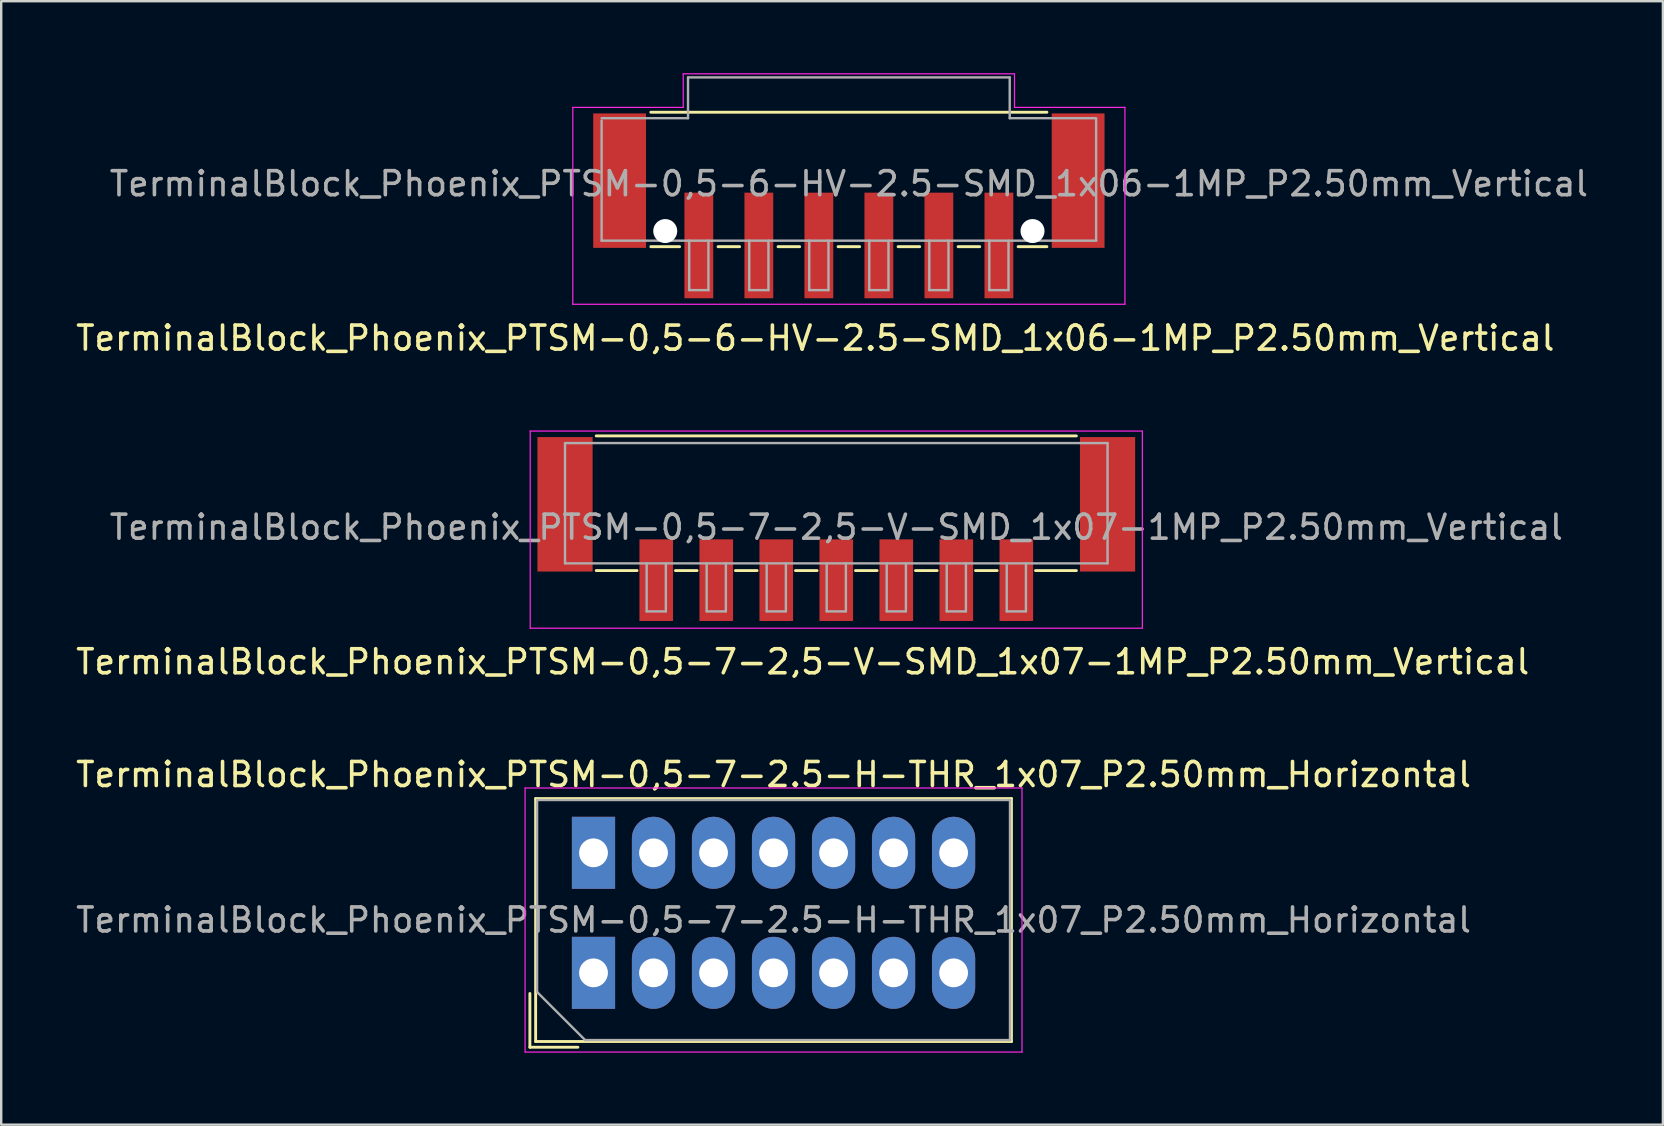
<source format=kicad_pcb>
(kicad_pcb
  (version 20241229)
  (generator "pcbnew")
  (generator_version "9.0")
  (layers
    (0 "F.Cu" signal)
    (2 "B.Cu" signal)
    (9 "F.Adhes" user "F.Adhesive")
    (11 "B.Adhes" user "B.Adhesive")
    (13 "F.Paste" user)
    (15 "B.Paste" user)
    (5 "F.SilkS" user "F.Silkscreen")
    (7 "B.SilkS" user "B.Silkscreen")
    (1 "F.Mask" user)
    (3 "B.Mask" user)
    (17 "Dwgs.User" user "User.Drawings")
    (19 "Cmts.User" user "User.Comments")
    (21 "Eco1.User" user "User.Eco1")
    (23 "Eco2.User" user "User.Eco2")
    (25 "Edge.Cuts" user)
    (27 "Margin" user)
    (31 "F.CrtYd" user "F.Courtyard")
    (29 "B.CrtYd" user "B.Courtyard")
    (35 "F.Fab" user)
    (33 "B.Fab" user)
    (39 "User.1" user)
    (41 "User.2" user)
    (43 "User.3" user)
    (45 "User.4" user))
  (footprint "TerminalBlock_Phoenix_PTSM-0,5-6-HV-2.5-SMD_1x06-1MP_P2.50mm_Vertical"
    (layer "F.Cu")
    (at 32.311 5.525)
    (property "Reference" "TerminalBlock_Phoenix_PTSM-0,5-6-HV-2.5-SMD_1x06-1MP_P2.50mm_Vertical" (at -1.4 5.51 0) (layer "F.SilkS") (effects (font (size 1 1) (thickness 0.15))))
    (attr smd)
    (fp_line (start -8.25 -3.9) (end 8.25 -3.9) (stroke (width 0.12) (type solid)) (layer "F.SilkS"))
    (fp_line (start -7.05 1.7) (end -8.25 1.7) (stroke (width 0.12) (type solid)) (layer "F.SilkS"))
    (fp_line (start -4.55 1.7) (end -5.45 1.7) (stroke (width 0.12) (type solid)) (layer "F.SilkS"))
    (fp_line (start -2.05 1.7) (end -2.95 1.7) (stroke (width 0.12) (type solid)) (layer "F.SilkS"))
    (fp_line (start 0.45 1.7) (end -0.45 1.7) (stroke (width 0.12) (type solid)) (layer "F.SilkS"))
    (fp_line (start 2.95 1.7) (end 2.05 1.7) (stroke (width 0.12) (type solid)) (layer "F.SilkS"))
    (fp_line (start 5.45 1.7) (end 4.55 1.7) (stroke (width 0.12) (type solid)) (layer "F.SilkS"))
    (fp_line (start 8.25 1.7) (end 7.05 1.7) (stroke (width 0.12) (type solid)) (layer "F.SilkS"))
    (fp_line (start -11.5 -4.1) (end -6.9 -4.1) (stroke (width 0.05) (type solid)) (layer "F.CrtYd"))
    (fp_line (start -11.5 4.1) (end -11.5 -4.1) (stroke (width 0.05) (type solid)) (layer "F.CrtYd"))
    (fp_line (start -6.9 -5.5) (end 6.9 -5.5) (stroke (width 0.05) (type solid)) (layer "F.CrtYd"))
    (fp_line (start -6.9 -4.1) (end -6.9 -5.5) (stroke (width 0.05) (type solid)) (layer "F.CrtYd"))
    (fp_line (start 6.9 -4.1) (end 6.9 -5.5) (stroke (width 0.05) (type solid)) (layer "F.CrtYd"))
    (fp_line (start 11.5 -4.1) (end 6.9 -4.1) (stroke (width 0.05) (type solid)) (layer "F.CrtYd"))
    (fp_line (start 11.5 -4.1) (end 11.5 4.1) (stroke (width 0.05) (type solid)) (layer "F.CrtYd"))
    (fp_line (start 11.5 4.1) (end -11.5 4.1) (stroke (width 0.05) (type solid)) (layer "F.CrtYd"))
    (fp_line (start -10.3 -3.65) (end -6.7 -3.65) (stroke (width 0.1) (type solid)) (layer "F.Fab"))
    (fp_line (start -10.3 1.45) (end -10.3 -3.55) (stroke (width 0.1) (type solid)) (layer "F.Fab"))
    (fp_line (start -6.7 -5.35) (end 6.7 -5.35) (stroke (width 0.1) (type solid)) (layer "F.Fab"))
    (fp_line (start -6.7 -3.65) (end -6.7 -5.35) (stroke (width 0.1) (type solid)) (layer "F.Fab"))
    (fp_line (start -6.65 1.45) (end -6.65 3.51) (stroke (width 0.1) (type solid)) (layer "F.Fab"))
    (fp_line (start -6.65 3.51) (end -5.85 3.51) (stroke (width 0.1) (type solid)) (layer "F.Fab"))
    (fp_line (start -5.85 1.45) (end -5.85 3.51) (stroke (width 0.1) (type solid)) (layer "F.Fab"))
    (fp_line (start -4.15 1.45) (end -4.15 3.51) (stroke (width 0.1) (type solid)) (layer "F.Fab"))
    (fp_line (start -4.15 3.51) (end -3.35 3.51) (stroke (width 0.1) (type solid)) (layer "F.Fab"))
    (fp_line (start -3.35 1.45) (end -3.35 3.51) (stroke (width 0.1) (type solid)) (layer "F.Fab"))
    (fp_line (start -1.65 1.45) (end -1.65 3.51) (stroke (width 0.1) (type solid)) (layer "F.Fab"))
    (fp_line (start -1.65 3.51) (end -0.85 3.51) (stroke (width 0.1) (type solid)) (layer "F.Fab"))
    (fp_line (start -0.85 1.45) (end -0.85 3.51) (stroke (width 0.1) (type solid)) (layer "F.Fab"))
    (fp_line (start 0.85 1.45) (end 0.85 3.51) (stroke (width 0.1) (type solid)) (layer "F.Fab"))
    (fp_line (start 0.85 3.51) (end 1.65 3.51) (stroke (width 0.1) (type solid)) (layer "F.Fab"))
    (fp_line (start 1.65 1.45) (end 1.65 3.51) (stroke (width 0.1) (type solid)) (layer "F.Fab"))
    (fp_line (start 3.35 1.45) (end 3.35 3.51) (stroke (width 0.1) (type solid)) (layer "F.Fab"))
    (fp_line (start 3.35 3.51) (end 4.15 3.51) (stroke (width 0.1) (type solid)) (layer "F.Fab"))
    (fp_line (start 4.15 1.45) (end 4.15 3.51) (stroke (width 0.1) (type solid)) (layer "F.Fab"))
    (fp_line (start 5.85 1.45) (end 5.85 3.51) (stroke (width 0.1) (type solid)) (layer "F.Fab"))
    (fp_line (start 5.85 3.51) (end 6.65 3.51) (stroke (width 0.1) (type solid)) (layer "F.Fab"))
    (fp_line (start 6.65 1.45) (end 6.65 3.51) (stroke (width 0.1) (type solid)) (layer "F.Fab"))
    (fp_line (start 6.7 -5.35) (end 6.7 -3.65) (stroke (width 0.1) (type solid)) (layer "F.Fab"))
    (fp_line (start 6.7 -3.65) (end 10.3 -3.65) (stroke (width 0.1) (type solid)) (layer "F.Fab"))
    (fp_line (start 10.3 1.45) (end -10.3 1.45) (stroke (width 0.1) (type solid)) (layer "F.Fab"))
    (fp_line (start 10.3 1.45) (end 10.3 -3.6) (stroke (width 0.1) (type solid)) (layer "F.Fab"))
    (fp_text user "${REFERENCE}" (at 0 -0.92 0) (layer "F.Fab") (effects (font (size 1 1) (thickness 0.15))))
    (pad "" np_thru_hole circle (at -7.65 1.05) (size 1 1) (drill 1) (layers "*.Cu" "*.Mask"))
    (pad "" np_thru_hole circle (at 7.65 1.05) (size 1 1) (drill 1) (layers "*.Cu" "*.Mask"))
    (pad "1" smd rect (at -6.25 1.65 180) (size 1.2 4.4) (layers "F.Cu" "F.Mask" "F.Paste"))
    (pad "2" smd rect (at -3.75 1.65 180) (size 1.2 4.4) (layers "F.Cu" "F.Mask" "F.Paste"))
    (pad "3" smd rect (at -1.25 1.65 180) (size 1.2 4.4) (layers "F.Cu" "F.Mask" "F.Paste"))
    (pad "4" smd rect (at 1.25 1.65 180) (size 1.2 4.4) (layers "F.Cu" "F.Mask" "F.Paste"))
    (pad "5" smd rect (at 3.75 1.65 180) (size 1.2 4.4) (layers "F.Cu" "F.Mask" "F.Paste"))
    (pad "6" smd rect (at 6.25 1.65 180) (size 1.2 4.4) (layers "F.Cu" "F.Mask" "F.Paste"))
    (pad "MP" smd rect (at -9.55 -1.05 180) (size 2.2 5.6) (layers "F.Cu" "F.Mask" "F.Paste"))
    (pad "MP" smd rect (at 9.55 -1.05 180) (size 2.2 5.6) (layers "F.Cu" "F.Mask" "F.Paste")))
  (footprint "TerminalBlock_Phoenix_PTSM-0,5-7-2,5-V-SMD_1x07-1MP_P2.50mm_Vertical"
    (layer "F.Cu")
    (at 31.787 18.988)
    (property "Reference" "TerminalBlock_Phoenix_PTSM-0,5-7-2,5-V-SMD_1x07-1MP_P2.50mm_Vertical" (at -1.4 5.53 0) (layer "F.SilkS") (effects (font (size 1 1) (thickness 0.15))))
    (attr smd)
    (fp_line (start -10 -3.88) (end 10 -3.88) (stroke (width 0.12) (type solid)) (layer "F.SilkS"))
    (fp_line (start -8.3 1.73) (end -10 1.73) (stroke (width 0.12) (type solid)) (layer "F.SilkS"))
    (fp_line (start -5.8 1.73) (end -6.7 1.73) (stroke (width 0.12) (type solid)) (layer "F.SilkS"))
    (fp_line (start -3.3 1.73) (end -4.2 1.73) (stroke (width 0.12) (type solid)) (layer "F.SilkS"))
    (fp_line (start -0.8 1.73) (end -1.7 1.73) (stroke (width 0.12) (type solid)) (layer "F.SilkS"))
    (fp_line (start 1.7 1.73) (end 0.8 1.73) (stroke (width 0.12) (type solid)) (layer "F.SilkS"))
    (fp_line (start 4.2 1.73) (end 3.3 1.73) (stroke (width 0.12) (type solid)) (layer "F.SilkS"))
    (fp_line (start 6.7 1.73) (end 5.8 1.73) (stroke (width 0.12) (type solid)) (layer "F.SilkS"))
    (fp_line (start 10 1.73) (end 8.3 1.73) (stroke (width 0.12) (type solid)) (layer "F.SilkS"))
    (fp_line (start -12.75 -4.08) (end 12.75 -4.08) (stroke (width 0.05) (type solid)) (layer "F.CrtYd"))
    (fp_line (start -12.75 4.13) (end -12.75 -4.08) (stroke (width 0.05) (type solid)) (layer "F.CrtYd"))
    (fp_line (start 12.75 -4.08) (end 12.75 4.13) (stroke (width 0.05) (type solid)) (layer "F.CrtYd"))
    (fp_line (start 12.75 4.13) (end -12.75 4.13) (stroke (width 0.05) (type solid)) (layer "F.CrtYd"))
    (fp_line (start -11.3 -3.58) (end 11.3 -3.58) (stroke (width 0.1) (type solid)) (layer "F.Fab"))
    (fp_line (start -11.3 1.43) (end -11.3 -3.58) (stroke (width 0.1) (type solid)) (layer "F.Fab"))
    (fp_line (start -7.9 1.43) (end -7.9 3.43) (stroke (width 0.1) (type solid)) (layer "F.Fab"))
    (fp_line (start -7.9 3.43) (end -7.1 3.43) (stroke (width 0.1) (type solid)) (layer "F.Fab"))
    (fp_line (start -7.1 1.43) (end -7.1 3.43) (stroke (width 0.1) (type solid)) (layer "F.Fab"))
    (fp_line (start -5.4 1.43) (end -5.4 3.43) (stroke (width 0.1) (type solid)) (layer "F.Fab"))
    (fp_line (start -5.4 3.43) (end -4.6 3.43) (stroke (width 0.1) (type solid)) (layer "F.Fab"))
    (fp_line (start -4.6 1.43) (end -4.6 3.43) (stroke (width 0.1) (type solid)) (layer "F.Fab"))
    (fp_line (start -2.9 1.43) (end -2.9 3.43) (stroke (width 0.1) (type solid)) (layer "F.Fab"))
    (fp_line (start -2.9 3.43) (end -2.1 3.43) (stroke (width 0.1) (type solid)) (layer "F.Fab"))
    (fp_line (start -2.1 1.43) (end -2.1 3.43) (stroke (width 0.1) (type solid)) (layer "F.Fab"))
    (fp_line (start -0.4 1.43) (end -0.4 3.43) (stroke (width 0.1) (type solid)) (layer "F.Fab"))
    (fp_line (start -0.4 3.43) (end 0.4 3.43) (stroke (width 0.1) (type solid)) (layer "F.Fab"))
    (fp_line (start 0.4 1.43) (end 0.4 3.43) (stroke (width 0.1) (type solid)) (layer "F.Fab"))
    (fp_line (start 2.1 1.43) (end 2.1 3.43) (stroke (width 0.1) (type solid)) (layer "F.Fab"))
    (fp_line (start 2.1 3.43) (end 2.9 3.43) (stroke (width 0.1) (type solid)) (layer "F.Fab"))
    (fp_line (start 2.9 1.43) (end 2.9 3.43) (stroke (width 0.1) (type solid)) (layer "F.Fab"))
    (fp_line (start 4.6 1.43) (end 4.6 3.43) (stroke (width 0.1) (type solid)) (layer "F.Fab"))
    (fp_line (start 4.6 3.43) (end 5.4 3.43) (stroke (width 0.1) (type solid)) (layer "F.Fab"))
    (fp_line (start 5.4 1.43) (end 5.4 3.43) (stroke (width 0.1) (type solid)) (layer "F.Fab"))
    (fp_line (start 7.1 1.43) (end 7.1 3.43) (stroke (width 0.1) (type solid)) (layer "F.Fab"))
    (fp_line (start 7.1 3.43) (end 7.9 3.43) (stroke (width 0.1) (type solid)) (layer "F.Fab"))
    (fp_line (start 7.9 1.43) (end 7.9 3.43) (stroke (width 0.1) (type solid)) (layer "F.Fab"))
    (fp_line (start 11.3 1.43) (end -11.3 1.43) (stroke (width 0.1) (type solid)) (layer "F.Fab"))
    (fp_line (start 11.3 1.43) (end 11.3 -3.58) (stroke (width 0.1) (type solid)) (layer "F.Fab"))
    (fp_text user "${REFERENCE}" (at 0 -0.075 0) (layer "F.Fab") (effects (font (size 1 1) (thickness 0.15))))
    (pad "1" smd rect (at -7.5 2.13 180) (size 1.4 3.4) (layers "F.Cu" "F.Mask" "F.Paste"))
    (pad "2" smd rect (at -5 2.13 180) (size 1.4 3.4) (layers "F.Cu" "F.Mask" "F.Paste"))
    (pad "3" smd rect (at -2.5 2.13 180) (size 1.4 3.4) (layers "F.Cu" "F.Mask" "F.Paste"))
    (pad "4" smd rect (at 0 2.13 180) (size 1.4 3.4) (layers "F.Cu" "F.Mask" "F.Paste"))
    (pad "5" smd rect (at 2.5 2.13 180) (size 1.4 3.4) (layers "F.Cu" "F.Mask" "F.Paste"))
    (pad "6" smd rect (at 5 2.13 180) (size 1.4 3.4) (layers "F.Cu" "F.Mask" "F.Paste"))
    (pad "7" smd rect (at 7.5 2.13 180) (size 1.4 3.4) (layers "F.Cu" "F.Mask" "F.Paste"))
    (pad "MP" smd rect (at -11.3 -1.03 180) (size 2.3 5.6) (layers "F.Cu" "F.Mask" "F.Paste"))
    (pad "MP" smd rect (at 11.3 -1.03 180) (size 2.3 5.6) (layers "F.Cu" "F.Mask" "F.Paste")))
  (footprint "TerminalBlock_Phoenix_PTSM-0,5-7-2.5-H-THR_1x07_P2.50mm_Horizontal"
    (layer "F.Cu")
    (at 21.673 37.475)
    (property "Reference" "TerminalBlock_Phoenix_PTSM-0,5-7-2.5-H-THR_1x07_P2.50mm_Horizontal" (at 7.5 -8.26 0) (layer "F.SilkS") (effects (font (size 1 1) (thickness 0.15))))
    (attr through_hole)
    (fp_line (start -2.65 0.86) (end -2.65 3.1) (stroke (width 0.12) (type solid)) (layer "F.SilkS"))
    (fp_line (start -2.65 3.1) (end -0.65 3.1) (stroke (width 0.12) (type solid)) (layer "F.SilkS"))
    (fp_line (start -2.41 -7.26) (end -2.41 2.86) (stroke (width 0.12) (type solid)) (layer "F.SilkS"))
    (fp_line (start -2.41 -7.26) (end 17.41 -7.26) (stroke (width 0.12) (type solid)) (layer "F.SilkS"))
    (fp_line (start -2.41 2.86) (end 17.41 2.86) (stroke (width 0.12) (type solid)) (layer "F.SilkS"))
    (fp_line (start 17.41 -7.26) (end 17.41 2.86) (stroke (width 0.12) (type solid)) (layer "F.SilkS"))
    (fp_line (start -2.85 -7.7) (end -2.85 3.3) (stroke (width 0.05) (type solid)) (layer "F.CrtYd"))
    (fp_line (start -2.85 3.3) (end 17.85 3.3) (stroke (width 0.05) (type solid)) (layer "F.CrtYd"))
    (fp_line (start 17.85 -7.7) (end -2.85 -7.7) (stroke (width 0.05) (type solid)) (layer "F.CrtYd"))
    (fp_line (start 17.85 3.3) (end 17.85 -7.7) (stroke (width 0.05) (type solid)) (layer "F.CrtYd"))
    (fp_line (start -2.35 -7.2) (end 17.35 -7.2) (stroke (width 0.1) (type solid)) (layer "F.Fab"))
    (fp_line (start -2.35 0.8) (end -2.35 -7.2) (stroke (width 0.1) (type solid)) (layer "F.Fab"))
    (fp_line (start -0.35 2.8) (end -2.35 0.8) (stroke (width 0.1) (type solid)) (layer "F.Fab"))
    (fp_line (start 17.35 -7.2) (end 17.35 2.8) (stroke (width 0.1) (type solid)) (layer "F.Fab"))
    (fp_line (start 17.35 2.8) (end -0.35 2.8) (stroke (width 0.1) (type solid)) (layer "F.Fab"))
    (fp_text user "${REFERENCE}" (at 7.5 -2.2 0) (layer "F.Fab") (effects (font (size 1 1) (thickness 0.15))))
    (pad "1" thru_hole rect (at 0 -5) (size 1.8 3) (drill 1.2) (layers "*.Cu" "*.Mask"))
    (pad "1" thru_hole rect (at 0 0) (size 1.8 3) (drill 1.2) (layers "*.Cu" "*.Mask"))
    (pad "2" thru_hole oval (at 2.5 -5) (size 1.8 3) (drill 1.2) (layers "*.Cu" "*.Mask"))
    (pad "2" thru_hole oval (at 2.5 0) (size 1.8 3) (drill 1.2) (layers "*.Cu" "*.Mask"))
    (pad "3" thru_hole oval (at 5 -5) (size 1.8 3) (drill 1.2) (layers "*.Cu" "*.Mask"))
    (pad "3" thru_hole oval (at 5 0) (size 1.8 3) (drill 1.2) (layers "*.Cu" "*.Mask"))
    (pad "4" thru_hole oval (at 7.5 -5) (size 1.8 3) (drill 1.2) (layers "*.Cu" "*.Mask"))
    (pad "4" thru_hole oval (at 7.5 0) (size 1.8 3) (drill 1.2) (layers "*.Cu" "*.Mask"))
    (pad "5" thru_hole oval (at 10 -5) (size 1.8 3) (drill 1.2) (layers "*.Cu" "*.Mask"))
    (pad "5" thru_hole oval (at 10 0) (size 1.8 3) (drill 1.2) (layers "*.Cu" "*.Mask"))
    (pad "6" thru_hole oval (at 12.5 -5) (size 1.8 3) (drill 1.2) (layers "*.Cu" "*.Mask"))
    (pad "6" thru_hole oval (at 12.5 0) (size 1.8 3) (drill 1.2) (layers "*.Cu" "*.Mask"))
    (pad "7" thru_hole oval (at 15 -5) (size 1.8 3) (drill 1.2) (layers "*.Cu" "*.Mask"))
    (pad "7" thru_hole oval (at 15 0) (size 1.8 3) (drill 1.2) (layers "*.Cu" "*.Mask")))
  (gr_rect
    (start -3 -3)
    (end 66.221 43.8)
    (stroke (width 0.1) (type default))
    (fill no)
    (layer "Edge.Cuts")))
</source>
